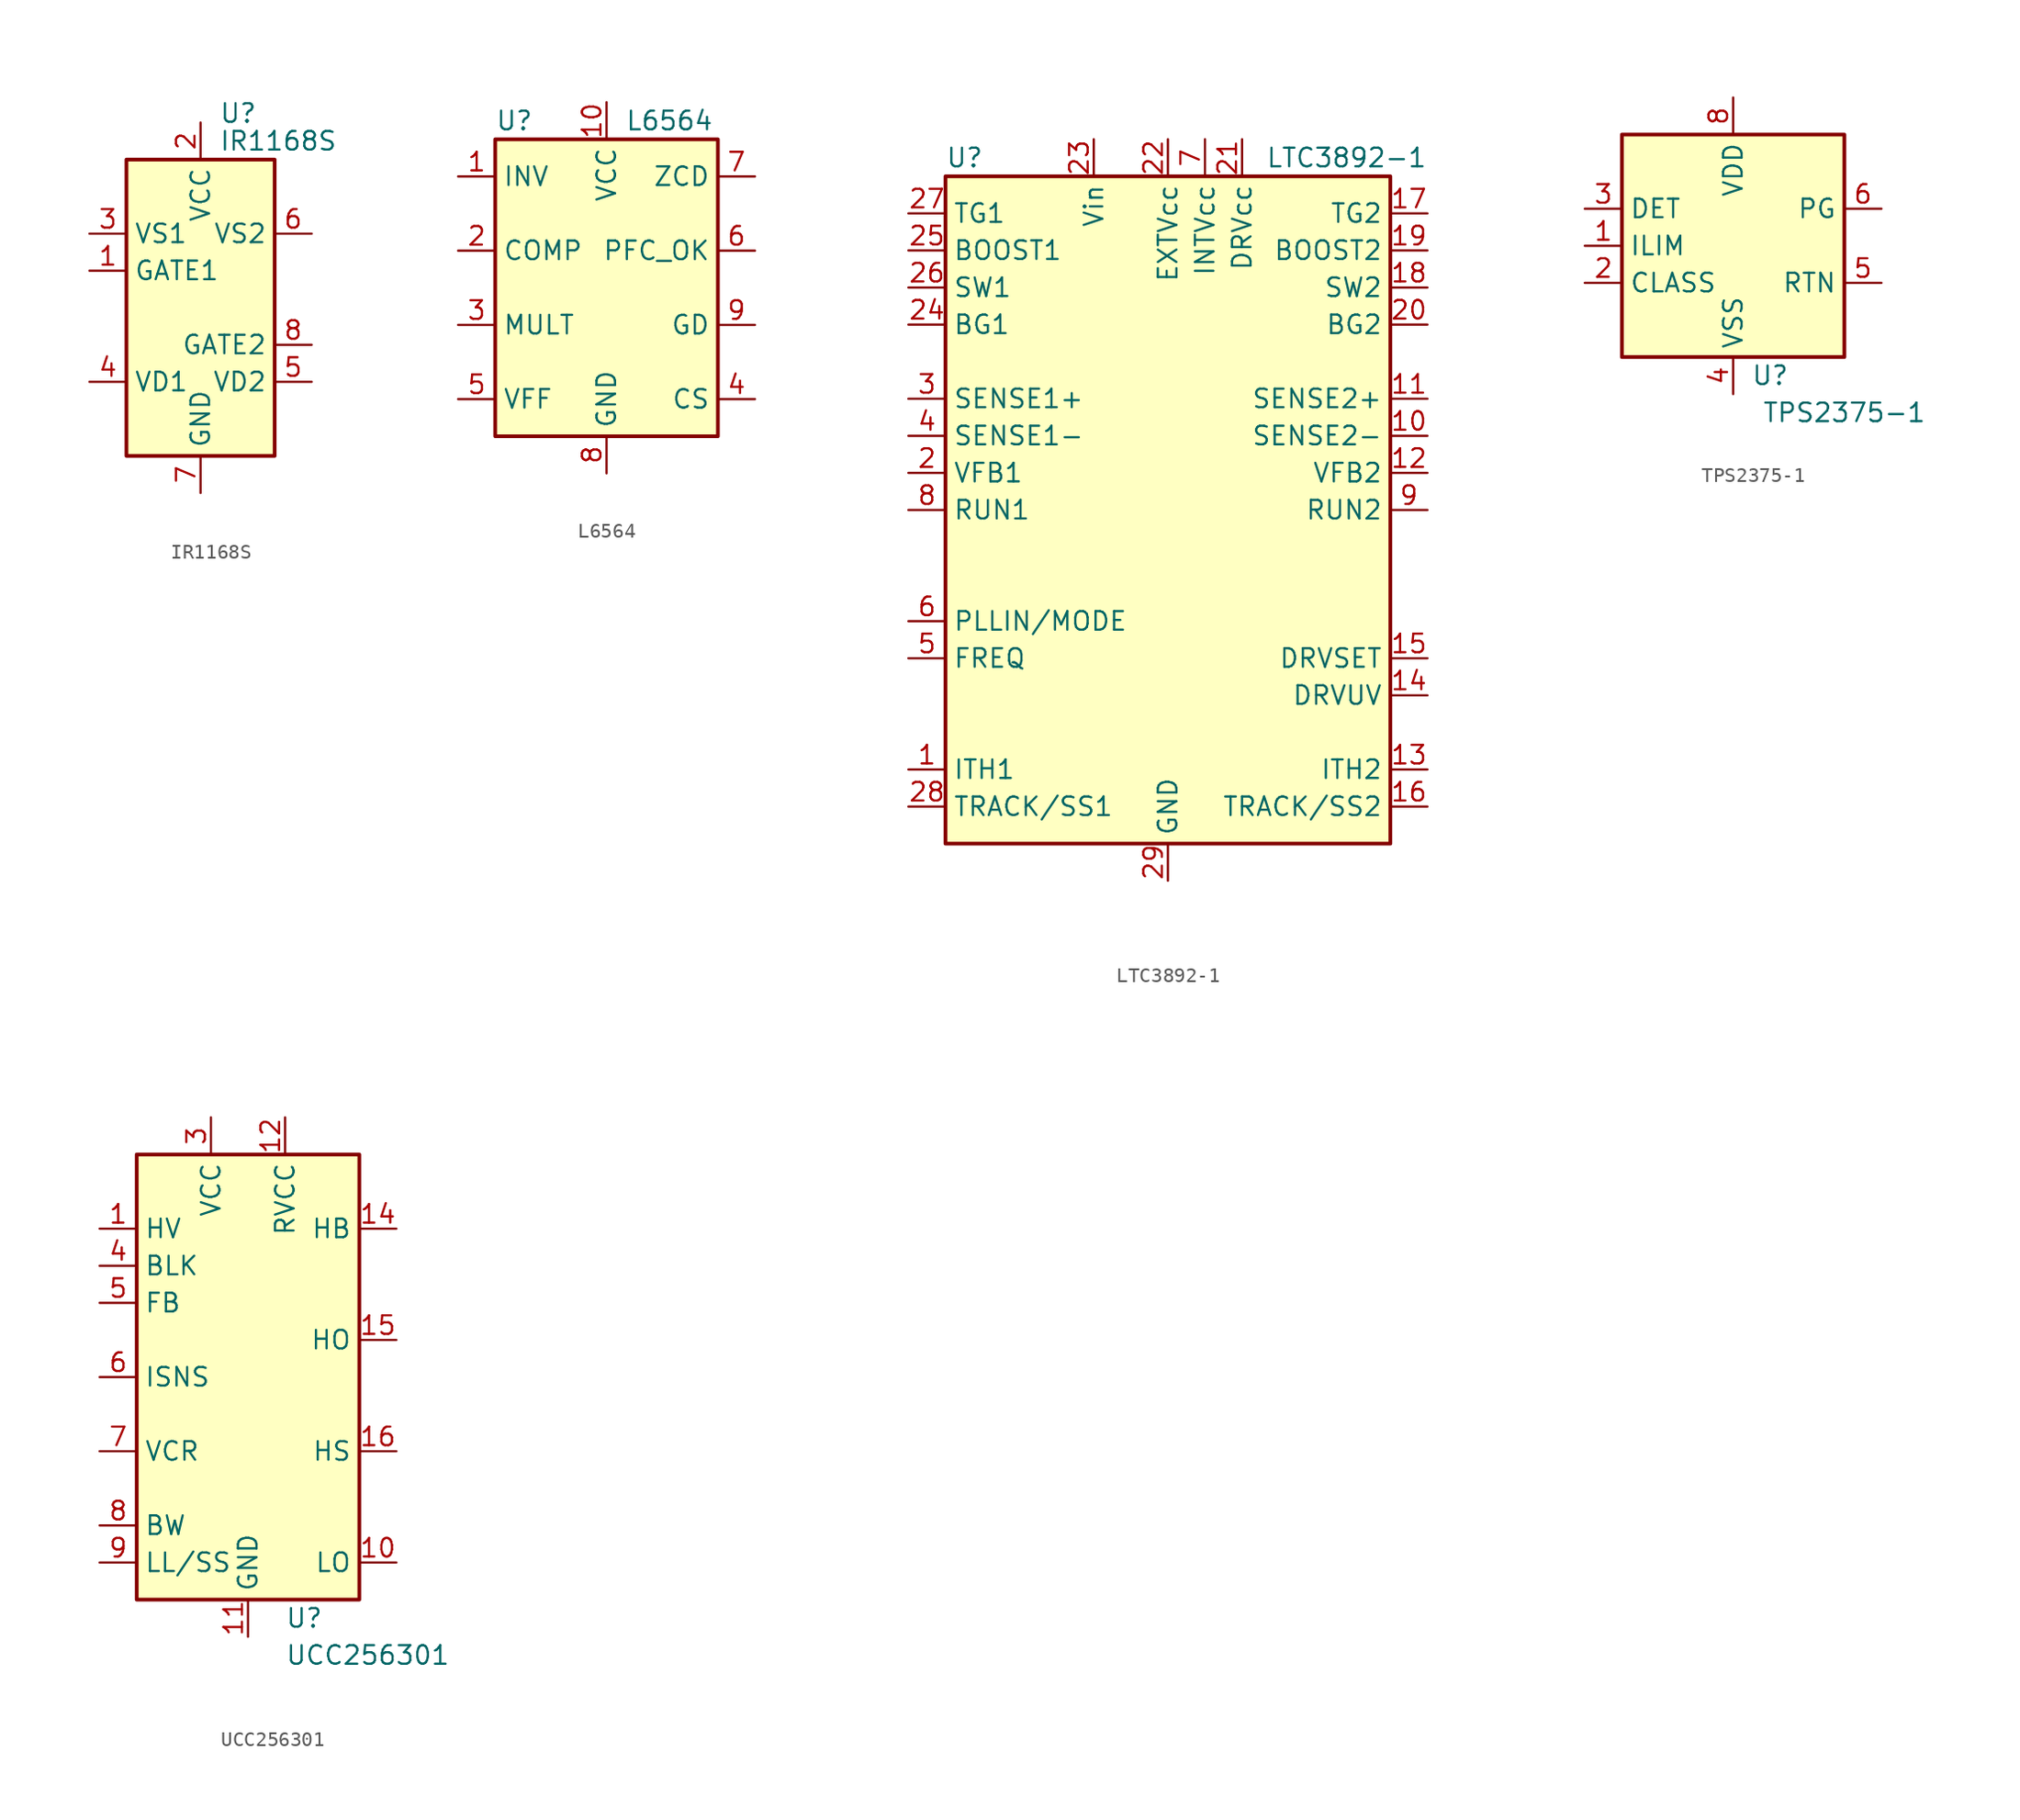
<source format=kicad_sym>
(kicad_symbol_lib
  (version 20220914)
  (generator kicad_symbol_editor)
  (symbol "IR1168S"
    (property "Reference" "U"
      (at 1.27 13.335 0)
      (effects (font (size 1.27 1.27)) (justify left)))
    (property "Value" "IR1168S"
      (at 1.27 11.43 0)
      (effects (font (size 1.27 1.27)) (justify left)))
    (symbol "IR1168S_0_1"
      (rectangle (start -5.08 -10.16) (end 5.08 10.16) (stroke (width 0.254) (type default)) (fill (type background))))
    (symbol "IR1168S_1_1"
      (pin output line (at -7.62 2.54 0) (length 2.54) (name "GATE1" (effects (font (size 1.27 1.27)))) (number "1" (effects (font (size 1.27 1.27)))))
      (pin power_in line (at 0 12.7 270) (length 2.54) (name "VCC" (effects (font (size 1.27 1.27)))) (number "2" (effects (font (size 1.27 1.27)))))
      (pin input line (at -7.62 5.08 0) (length 2.54) (name "VS1" (effects (font (size 1.27 1.27)))) (number "3" (effects (font (size 1.27 1.27)))))
      (pin input line (at -7.62 -5.08 0) (length 2.54) (name "VD1" (effects (font (size 1.27 1.27)))) (number "4" (effects (font (size 1.27 1.27)))))
      (pin input line (at 7.62 -5.08 180) (length 2.54) (name "VD2" (effects (font (size 1.27 1.27)))) (number "5" (effects (font (size 1.27 1.27)))))
      (pin input line (at 7.62 5.08 180) (length 2.54) (name "VS2" (effects (font (size 1.27 1.27)))) (number "6" (effects (font (size 1.27 1.27)))))
      (pin power_in line (at 0 -12.7 90) (length 2.54) (name "GND" (effects (font (size 1.27 1.27)))) (number "7" (effects (font (size 1.27 1.27)))))
      (pin output line (at 7.62 -2.54 180) (length 2.54) (name "GATE2" (effects (font (size 1.27 1.27)))) (number "8" (effects (font (size 1.27 1.27)))))))
  (symbol "L6564"
    (property "Reference" "U"
      (at -7.62 11.43 0)
      (effects (font (size 1.27 1.27)) (justify left)))
    (property "Value" "L6564"
      (at 1.27 11.43 0)
      (effects (font (size 1.27 1.27)) (justify left)))
    (symbol "L6564_0_0"
      (rectangle (start -7.62 10.16) (end 7.62 -10.16) (stroke (width 0.254) (type default)) (fill (type background))))
    (symbol "L6564_1_1"
      (pin input line (at -10.16 7.62 0) (length 2.54) (name "INV" (effects (font (size 1.27 1.27)))) (number "1" (effects (font (size 1.27 1.27)))))
      (pin power_in line (at 0 12.7 270) (length 2.54) (name "VCC" (effects (font (size 1.27 1.27)))) (number "10" (effects (font (size 1.27 1.27)))))
      (pin output line (at -10.16 2.54 0) (length 2.54) (name "COMP" (effects (font (size 1.27 1.27)))) (number "2" (effects (font (size 1.27 1.27)))))
      (pin input line (at -10.16 -2.54 0) (length 2.54) (name "MULT" (effects (font (size 1.27 1.27)))) (number "3" (effects (font (size 1.27 1.27)))))
      (pin input line (at 10.16 -7.62 180) (length 2.54) (name "CS" (effects (font (size 1.27 1.27)))) (number "4" (effects (font (size 1.27 1.27)))))
      (pin passive line (at -10.16 -7.62 0) (length 2.54) (name "VFF" (effects (font (size 1.27 1.27)))) (number "5" (effects (font (size 1.27 1.27)))))
      (pin input line (at 10.16 2.54 180) (length 2.54) (name "PFC_OK" (effects (font (size 1.27 1.27)))) (number "6" (effects (font (size 1.27 1.27)))))
      (pin input line (at 10.16 7.62 180) (length 2.54) (name "ZCD" (effects (font (size 1.27 1.27)))) (number "7" (effects (font (size 1.27 1.27)))))
      (pin power_in line (at 0 -12.7 90) (length 2.54) (name "GND" (effects (font (size 1.27 1.27)))) (number "8" (effects (font (size 1.27 1.27)))))
      (pin output line (at 10.16 -2.54 180) (length 2.54) (name "GD" (effects (font (size 1.27 1.27)))) (number "9" (effects (font (size 1.27 1.27)))))))
  (symbol "LTC3892-1"
    (property "Reference" "U"
      (at -15.24 24.13 0)
      (effects (font (size 1.27 1.27)) (justify left)))
    (property "Value" "LTC3892-1"
      (at 17.78 24.13 0)
      (effects (font (size 1.27 1.27)) (justify right)))
    (symbol "LTC3892-1_0_1"
      (rectangle (start -15.24 22.86) (end 15.24 -22.86) (stroke (width 0.254) (type default)) (fill (type background))))
    (symbol "LTC3892-1_1_1"
      (pin passive line (at -17.78 -17.78 0) (length 2.54) (name "ITH1" (effects (font (size 1.27 1.27)))) (number "1" (effects (font (size 1.27 1.27)))))
      (pin input line (at 17.78 5.08 180) (length 2.54) (name "SENSE2-" (effects (font (size 1.27 1.27)))) (number "10" (effects (font (size 1.27 1.27)))))
      (pin input line (at 17.78 7.62 180) (length 2.54) (name "SENSE2+" (effects (font (size 1.27 1.27)))) (number "11" (effects (font (size 1.27 1.27)))))
      (pin input line (at 17.78 2.54 180) (length 2.54) (name "VFB2" (effects (font (size 1.27 1.27)))) (number "12" (effects (font (size 1.27 1.27)))))
      (pin passive line (at 17.78 -17.78 180) (length 2.54) (name "ITH2" (effects (font (size 1.27 1.27)))) (number "13" (effects (font (size 1.27 1.27)))))
      (pin input line (at 17.78 -12.7 180) (length 2.54) (name "DRVUV" (effects (font (size 1.27 1.27)))) (number "14" (effects (font (size 1.27 1.27)))))
      (pin input line (at 17.78 -10.16 180) (length 2.54) (name "DRVSET" (effects (font (size 1.27 1.27)))) (number "15" (effects (font (size 1.27 1.27)))))
      (pin input line (at 17.78 -20.32 180) (length 2.54) (name "TRACK/SS2" (effects (font (size 1.27 1.27)))) (number "16" (effects (font (size 1.27 1.27)))))
      (pin output line (at 17.78 20.32 180) (length 2.54) (name "TG2" (effects (font (size 1.27 1.27)))) (number "17" (effects (font (size 1.27 1.27)))))
      (pin output line (at 17.78 15.24 180) (length 2.54) (name "SW2" (effects (font (size 1.27 1.27)))) (number "18" (effects (font (size 1.27 1.27)))))
      (pin output line (at 17.78 17.78 180) (length 2.54) (name "BOOST2" (effects (font (size 1.27 1.27)))) (number "19" (effects (font (size 1.27 1.27)))))
      (pin input line (at -17.78 2.54 0) (length 2.54) (name "VFB1" (effects (font (size 1.27 1.27)))) (number "2" (effects (font (size 1.27 1.27)))))
      (pin output line (at 17.78 12.7 180) (length 2.54) (name "BG2" (effects (font (size 1.27 1.27)))) (number "20" (effects (font (size 1.27 1.27)))))
      (pin power_out line (at 5.08 25.4 270) (length 2.54) (name "DRVcc" (effects (font (size 1.27 1.27)))) (number "21" (effects (font (size 1.27 1.27)))))
      (pin power_in line (at 0 25.4 270) (length 2.54) (name "EXTVcc" (effects (font (size 1.27 1.27)))) (number "22" (effects (font (size 1.27 1.27)))))
      (pin power_in line (at -5.08 25.4 270) (length 2.54) (name "Vin" (effects (font (size 1.27 1.27)))) (number "23" (effects (font (size 1.27 1.27)))))
      (pin output line (at -17.78 12.7 0) (length 2.54) (name "BG1" (effects (font (size 1.27 1.27)))) (number "24" (effects (font (size 1.27 1.27)))))
      (pin output line (at -17.78 17.78 0) (length 2.54) (name "BOOST1" (effects (font (size 1.27 1.27)))) (number "25" (effects (font (size 1.27 1.27)))))
      (pin output line (at -17.78 15.24 0) (length 2.54) (name "SW1" (effects (font (size 1.27 1.27)))) (number "26" (effects (font (size 1.27 1.27)))))
      (pin output line (at -17.78 20.32 0) (length 2.54) (name "TG1" (effects (font (size 1.27 1.27)))) (number "27" (effects (font (size 1.27 1.27)))))
      (pin input line (at -17.78 -20.32 0) (length 2.54) (name "TRACK/SS1" (effects (font (size 1.27 1.27)))) (number "28" (effects (font (size 1.27 1.27)))))
      (pin power_in line (at 0 -25.4 90) (length 2.54) (name "GND" (effects (font (size 1.27 1.27)))) (number "29" (effects (font (size 1.27 1.27)))))
      (pin input line (at -17.78 7.62 0) (length 2.54) (name "SENSE1+" (effects (font (size 1.27 1.27)))) (number "3" (effects (font (size 1.27 1.27)))))
      (pin input line (at -17.78 5.08 0) (length 2.54) (name "SENSE1-" (effects (font (size 1.27 1.27)))) (number "4" (effects (font (size 1.27 1.27)))))
      (pin input line (at -17.78 -10.16 0) (length 2.54) (name "FREQ" (effects (font (size 1.27 1.27)))) (number "5" (effects (font (size 1.27 1.27)))))
      (pin input line (at -17.78 -7.62 0) (length 2.54) (name "PLLIN/MODE" (effects (font (size 1.27 1.27)))) (number "6" (effects (font (size 1.27 1.27)))))
      (pin power_out line (at 2.54 25.4 270) (length 2.54) (name "INTVcc" (effects (font (size 1.27 1.27)))) (number "7" (effects (font (size 1.27 1.27)))))
      (pin input line (at -17.78 0 0) (length 2.54) (name "RUN1" (effects (font (size 1.27 1.27)))) (number "8" (effects (font (size 1.27 1.27)))))
      (pin input line (at 17.78 0 180) (length 2.54) (name "RUN2" (effects (font (size 1.27 1.27)))) (number "9" (effects (font (size 1.27 1.27)))))))
  (symbol "TPS2375-1"
    (property "Reference" "U"
      (at 2.54 -8.89 0)
      (effects (font (size 1.27 1.27))))
    (property "Value" "TPS2375-1"
      (at 7.62 -11.43 0)
      (effects (font (size 1.27 1.27))))
    (symbol "TPS2375-1_0_1"
      (rectangle (start -7.62 7.62) (end 7.62 -7.62) (stroke (width 0.254) (type default)) (fill (type background))))
    (symbol "TPS2375-1_1_1"
      (pin passive line (at -10.16 0 0) (length 2.54) (name "ILIM" (effects (font (size 1.27 1.27)))) (number "1" (effects (font (size 1.27 1.27)))))
      (pin passive line (at -10.16 -2.54 0) (length 2.54) (name "CLASS" (effects (font (size 1.27 1.27)))) (number "2" (effects (font (size 1.27 1.27)))))
      (pin passive line (at -10.16 2.54 0) (length 2.54) (name "DET" (effects (font (size 1.27 1.27)))) (number "3" (effects (font (size 1.27 1.27)))))
      (pin power_in line (at 0 -10.16 90) (length 2.54) (name "VSS" (effects (font (size 1.27 1.27)))) (number "4" (effects (font (size 1.27 1.27)))))
      (pin power_out line (at 10.16 -2.54 180) (length 2.54) (name "RTN" (effects (font (size 1.27 1.27)))) (number "5" (effects (font (size 1.27 1.27)))))
      (pin open_collector line (at 10.16 2.54 180) (length 2.54) (name "PG" (effects (font (size 1.27 1.27)))) (number "6" (effects (font (size 1.27 1.27)))))
      (pin no_connect line (at 7.62 0 180) (length 2.54) hide (name "NC" (effects (font (size 1.27 1.27)))) (number "7" (effects (font (size 1.27 1.27)))))
      (pin power_in line (at 0 10.16 270) (length 2.54) (name "VDD" (effects (font (size 1.27 1.27)))) (number "8" (effects (font (size 1.27 1.27)))))))
  (symbol "UCC256301"
    (property "Reference" "U"
      (at 2.54 -16.51 0)
      (effects (font (size 1.27 1.27)) (justify left)))
    (property "Value" "UCC256301"
      (at 2.54 -19.05 0)
      (effects (font (size 1.27 1.27)) (justify left)))
    (symbol "UCC256301_0_1"
      (rectangle (start -7.62 15.24) (end 7.62 -15.24) (stroke (width 0.254) (type default)) (fill (type background))))
    (symbol "UCC256301_1_1"
      (pin input line (at -10.16 10.16 0) (length 2.54) (name "HV" (effects (font (size 1.27 1.27)))) (number "1" (effects (font (size 1.27 1.27)))))
      (pin output line (at 10.16 -12.7 180) (length 2.54) (name "LO" (effects (font (size 1.27 1.27)))) (number "10" (effects (font (size 1.27 1.27)))))
      (pin power_in line (at 0 -17.78 90) (length 2.54) (name "GND" (effects (font (size 1.27 1.27)))) (number "11" (effects (font (size 1.27 1.27)))))
      (pin power_out line (at 2.54 17.78 270) (length 2.54) (name "RVCC" (effects (font (size 1.27 1.27)))) (number "12" (effects (font (size 1.27 1.27)))))
      (pin input line (at 10.16 10.16 180) (length 2.54) (name "HB" (effects (font (size 1.27 1.27)))) (number "14" (effects (font (size 1.27 1.27)))))
      (pin output line (at 10.16 2.54 180) (length 2.54) (name "HO" (effects (font (size 1.27 1.27)))) (number "15" (effects (font (size 1.27 1.27)))))
      (pin input line (at 10.16 -5.08 180) (length 2.54) (name "HS" (effects (font (size 1.27 1.27)))) (number "16" (effects (font (size 1.27 1.27)))))
      (pin power_in line (at -2.54 17.78 270) (length 2.54) (name "VCC" (effects (font (size 1.27 1.27)))) (number "3" (effects (font (size 1.27 1.27)))))
      (pin input line (at -10.16 7.62 0) (length 2.54) (name "BLK" (effects (font (size 1.27 1.27)))) (number "4" (effects (font (size 1.27 1.27)))))
      (pin input line (at -10.16 5.08 0) (length 2.54) (name "FB" (effects (font (size 1.27 1.27)))) (number "5" (effects (font (size 1.27 1.27)))))
      (pin input line (at -10.16 0 0) (length 2.54) (name "ISNS" (effects (font (size 1.27 1.27)))) (number "6" (effects (font (size 1.27 1.27)))))
      (pin input line (at -10.16 -5.08 0) (length 2.54) (name "VCR" (effects (font (size 1.27 1.27)))) (number "7" (effects (font (size 1.27 1.27)))))
      (pin input line (at -10.16 -10.16 0) (length 2.54) (name "BW" (effects (font (size 1.27 1.27)))) (number "8" (effects (font (size 1.27 1.27)))))
      (pin input line (at -10.16 -12.7 0) (length 2.54) (name "LL/SS" (effects (font (size 1.27 1.27)))) (number "9" (effects (font (size 1.27 1.27))))))))
</source>
